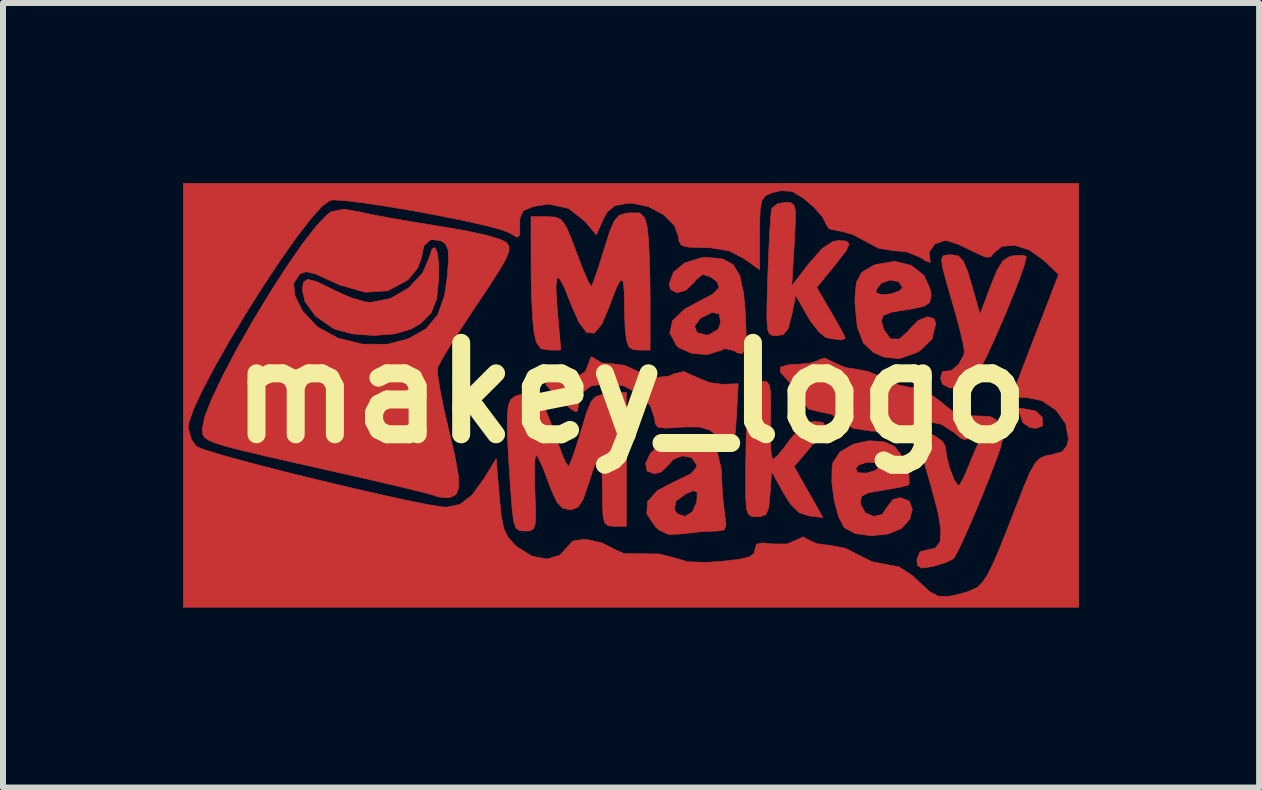
<source format=kicad_pcb>
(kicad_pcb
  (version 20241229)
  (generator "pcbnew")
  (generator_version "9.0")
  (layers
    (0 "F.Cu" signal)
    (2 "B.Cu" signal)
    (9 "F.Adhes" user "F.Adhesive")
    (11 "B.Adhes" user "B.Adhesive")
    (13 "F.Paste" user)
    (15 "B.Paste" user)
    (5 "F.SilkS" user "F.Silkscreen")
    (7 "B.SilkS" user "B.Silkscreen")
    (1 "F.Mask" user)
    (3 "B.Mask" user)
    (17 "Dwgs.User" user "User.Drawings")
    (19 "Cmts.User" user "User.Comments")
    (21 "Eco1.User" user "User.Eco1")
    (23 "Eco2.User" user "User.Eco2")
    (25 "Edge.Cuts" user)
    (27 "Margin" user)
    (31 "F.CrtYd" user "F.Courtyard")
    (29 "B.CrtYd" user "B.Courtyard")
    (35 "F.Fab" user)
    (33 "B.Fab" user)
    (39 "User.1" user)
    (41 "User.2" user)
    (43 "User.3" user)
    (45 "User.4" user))
  (footprint "makey_logo"
    (layer "F.Cu")
    (at 7.466 3.498)
    (property "Reference" "makey_logo" (at 0 0 0) (layer "F.SilkS") (effects (font (size 1.524 1.524) (thickness 0.3))))
    (attr through_hole)
    (fp_poly (pts (xy 6.512 0.257) (xy 6.747 0.303) (xy 6.851 0.406) (xy 6.854 0.417) (xy 6.856 0.555) (xy 6.746 0.591) (xy 6.648 0.576) (xy 6.53 0.495) (xy 6.509 0.431) (xy 6.47 0.328) (xy 6.391 0.342) (xy 6.333 0.456) (xy 6.304 0.533) (xy 6.269 0.465) (xy 6.255 0.415) (xy 6.237 0.3) (xy 6.295 0.254) (xy 6.467 0.254) (xy 6.512 0.257)) (stroke (width 0.01) (type solid)) (fill yes) (layer "F.Cu"))
    (fp_poly (pts (xy -3.224 -2.319) (xy -3.203 -2.105) (xy -3.204 -1.913) (xy -3.24 -1.565) (xy -3.334 -1.328) (xy -3.51 -1.155) (xy -3.661 -1.066) (xy -3.934 -0.985) (xy -4.285 -0.957) (xy -4.642 -0.983) (xy -4.934 -1.062) (xy -4.961 -1.074) (xy -5.256 -1.279) (xy -5.434 -1.524) (xy -5.477 -1.715) (xy -5.459 -1.846) (xy -5.39 -1.893) (xy -5.242 -1.856) (xy -4.99 -1.734) (xy -4.938 -1.707) (xy -4.679 -1.591) (xy -4.437 -1.52) (xy -4.341 -1.508) (xy -4.011 -1.574) (xy -3.706 -1.749) (xy -3.475 -1.997) (xy -3.371 -2.233) (xy -3.316 -2.399) (xy -3.265 -2.422) (xy -3.224 -2.319)) (stroke (width 0.01) (type solid)) (fill yes) (layer "F.Cu"))
    (fp_poly (pts (xy 5.456 -2.282) (xy 5.536 -2.2) (xy 5.611 -2.021) (xy 5.676 -1.806) (xy 5.816 -1.31) (xy 5.994 -1.786) (xy 6.105 -2.055) (xy 6.201 -2.205) (xy 6.31 -2.273) (xy 6.38 -2.287) (xy 6.533 -2.294) (xy 6.588 -2.275) (xy 6.557 -2.139) (xy 6.473 -1.897) (xy 6.352 -1.586) (xy 6.208 -1.241) (xy 6.058 -0.897) (xy 5.916 -0.589) (xy 5.796 -0.354) (xy 5.716 -0.226) (xy 5.708 -0.218) (xy 5.506 -0.104) (xy 5.319 -0.08) (xy 5.191 -0.145) (xy 5.159 -0.243) (xy 5.188 -0.354) (xy 5.232 -0.361) (xy 5.34 -0.373) (xy 5.46 -0.479) (xy 5.543 -0.627) (xy 5.555 -0.7) (xy 5.532 -0.834) (xy 5.474 -1.076) (xy 5.392 -1.381) (xy 5.356 -1.504) (xy 5.253 -1.86) (xy 5.192 -2.09) (xy 5.175 -2.222) (xy 5.201 -2.284) (xy 5.27 -2.301) (xy 5.347 -2.302) (xy 5.456 -2.282)) (stroke (width 0.01) (type solid)) (fill yes) (layer "F.Cu"))
    (fp_poly (pts (xy 5.052 0.708) (xy 5.188 0.805) (xy 5.239 0.891) (xy 5.261 1.068) (xy 5.315 1.267) (xy 5.382 1.44) (xy 5.445 1.537) (xy 5.473 1.537) (xy 5.535 1.427) (xy 5.624 1.224) (xy 5.676 1.091) (xy 5.778 0.858) (xy 5.877 0.744) (xy 6.004 0.714) (xy 6.148 0.738) (xy 6.191 0.781) (xy 6.162 0.898) (xy 6.083 1.123) (xy 5.969 1.419) (xy 5.835 1.753) (xy 5.695 2.087) (xy 5.563 2.389) (xy 5.455 2.621) (xy 5.384 2.75) (xy 5.374 2.763) (xy 5.232 2.832) (xy 5.025 2.893) (xy 5.02 2.894) (xy 4.844 2.919) (xy 4.774 2.876) (xy 4.763 2.784) (xy 4.816 2.647) (xy 4.918 2.619) (xy 5.068 2.588) (xy 5.15 2.482) (xy 5.164 2.285) (xy 5.113 1.977) (xy 4.996 1.544) (xy 4.988 1.517) (xy 4.893 1.18) (xy 4.825 0.903) (xy 4.791 0.717) (xy 4.794 0.657) (xy 4.898 0.647) (xy 5.052 0.708)) (stroke (width 0.01) (type solid)) (fill yes) (layer "F.Cu"))
    (fp_poly (pts (xy 2.261 -0.186) (xy 2.307 -0.129) (xy 2.327 0.006) (xy 2.329 0.249) (xy 2.324 0.456) (xy 2.322 0.756) (xy 2.333 0.982) (xy 2.355 1.1) (xy 2.364 1.108) (xy 2.439 1.047) (xy 2.564 0.894) (xy 2.638 0.791) (xy 2.825 0.571) (xy 3 0.481) (xy 3.055 0.476) (xy 3.196 0.49) (xy 3.238 0.546) (xy 3.178 0.668) (xy 3.012 0.879) (xy 2.985 0.911) (xy 2.718 1.227) (xy 2.958 1.652) (xy 3.197 2.076) (xy 2.969 2.05) (xy 2.8 1.995) (xy 2.654 1.848) (xy 2.541 1.667) (xy 2.342 1.31) (xy 2.317 1.687) (xy 2.294 1.916) (xy 2.248 2.027) (xy 2.154 2.062) (xy 2.099 2.064) (xy 2.012 2.059) (xy 1.956 2.025) (xy 1.925 1.933) (xy 1.911 1.755) (xy 1.909 1.462) (xy 1.91 1.25) (xy 1.92 0.708) (xy 1.946 0.309) (xy 1.99 0.036) (xy 2.056 -0.126) (xy 2.147 -0.194) (xy 2.184 -0.198) (xy 2.261 -0.186)) (stroke (width 0.01) (type solid)) (fill yes) (layer "F.Cu"))
    (fp_poly (pts (xy 2.66 -3.17) (xy 2.714 -3.133) (xy 2.739 -3.035) (xy 2.739 -2.843) (xy 2.722 -2.527) (xy 2.72 -2.48) (xy 2.679 -1.786) (xy 2.97 -2.163) (xy 3.187 -2.408) (xy 3.365 -2.524) (xy 3.456 -2.54) (xy 3.591 -2.53) (xy 3.635 -2.482) (xy 3.586 -2.372) (xy 3.436 -2.176) (xy 3.372 -2.097) (xy 3.094 -1.757) (xy 3.333 -1.351) (xy 3.46 -1.129) (xy 3.547 -0.967) (xy 3.572 -0.909) (xy 3.504 -0.883) (xy 3.326 -0.906) (xy 3.247 -0.925) (xy 3.136 -1.011) (xy 2.997 -1.188) (xy 2.933 -1.293) (xy 2.744 -1.627) (xy 2.677 -1.29) (xy 2.619 -1.073) (xy 2.54 -0.974) (xy 2.428 -0.953) (xy 2.354 -0.957) (xy 2.304 -0.987) (xy 2.275 -1.068) (xy 2.264 -1.227) (xy 2.266 -1.488) (xy 2.277 -1.878) (xy 2.28 -1.965) (xy 2.295 -2.356) (xy 2.312 -2.693) (xy 2.329 -2.943) (xy 2.343 -3.071) (xy 2.345 -3.076) (xy 2.439 -3.152) (xy 2.568 -3.175) (xy 2.66 -3.17)) (stroke (width 0.01) (type solid)) (fill yes) (layer "F.Cu"))
    (fp_poly (pts (xy 1.528 -2.233) (xy 1.701 -2.14) (xy 1.812 -1.955) (xy 1.877 -1.655) (xy 1.905 -1.339) (xy 1.919 -0.973) (xy 1.903 -0.75) (xy 1.852 -0.654) (xy 1.763 -0.671) (xy 1.72 -0.703) (xy 1.569 -0.739) (xy 1.505 -0.711) (xy 1.276 -0.64) (xy 1.012 -0.658) (xy 0.793 -0.756) (xy 0.757 -0.791) (xy 0.646 -0.999) (xy 0.672 -1.114) (xy 1.06 -1.114) (xy 1.099 -1.007) (xy 1.249 -0.964) (xy 1.297 -0.968) (xy 1.452 -1.06) (xy 1.494 -1.171) (xy 1.47 -1.315) (xy 1.353 -1.343) (xy 1.165 -1.25) (xy 1.154 -1.242) (xy 1.06 -1.114) (xy 0.672 -1.114) (xy 0.691 -1.203) (xy 0.889 -1.394) (xy 1.113 -1.516) (xy 1.362 -1.646) (xy 1.466 -1.752) (xy 1.433 -1.853) (xy 1.317 -1.939) (xy 1.193 -1.975) (xy 1.085 -1.888) (xy 1.054 -1.845) (xy 0.913 -1.711) (xy 0.765 -1.669) (xy 0.659 -1.723) (xy 0.635 -1.813) (xy 0.707 -2.013) (xy 0.898 -2.169) (xy 1.167 -2.252) (xy 1.275 -2.259) (xy 1.528 -2.233)) (stroke (width 0.01) (type solid)) (fill yes) (layer "F.Cu"))
    (fp_poly (pts (xy 4.235 0.819) (xy 4.39 0.893) (xy 4.49 1.016) (xy 4.578 1.199) (xy 4.633 1.384) (xy 4.635 1.514) (xy 4.618 1.537) (xy 4.513 1.565) (xy 4.309 1.603) (xy 4.182 1.623) (xy 3.953 1.665) (xy 3.844 1.72) (xy 3.821 1.812) (xy 3.825 1.851) (xy 3.903 1.998) (xy 4.044 2.058) (xy 4.186 2.024) (xy 4.262 1.911) (xy 4.367 1.773) (xy 4.494 1.746) (xy 4.638 1.803) (xy 4.688 1.939) (xy 4.643 2.108) (xy 4.507 2.258) (xy 4.28 2.351) (xy 4.002 2.38) (xy 3.739 2.345) (xy 3.556 2.247) (xy 3.552 2.242) (xy 3.458 2.061) (xy 3.385 1.787) (xy 3.346 1.486) (xy 3.351 1.256) (xy 3.748 1.256) (xy 3.773 1.331) (xy 3.923 1.336) (xy 4.076 1.291) (xy 4.13 1.23) (xy 4.066 1.164) (xy 3.931 1.155) (xy 3.799 1.198) (xy 3.748 1.256) (xy 3.351 1.256) (xy 3.352 1.223) (xy 3.363 1.166) (xy 3.482 0.983) (xy 3.702 0.855) (xy 3.971 0.796) (xy 4.235 0.819)) (stroke (width 0.01) (type solid)) (fill yes) (layer "F.Cu"))
    (fp_poly (pts (xy 4.671 -2.125) (xy 4.883 -1.957) (xy 4.993 -1.71) (xy 5.001 -1.617) (xy 4.978 -1.509) (xy 4.883 -1.444) (xy 4.678 -1.4) (xy 4.604 -1.389) (xy 4.339 -1.345) (xy 4.204 -1.289) (xy 4.172 -1.199) (xy 4.214 -1.052) (xy 4.324 -0.901) (xy 4.47 -0.897) (xy 4.628 -1.038) (xy 4.651 -1.072) (xy 4.785 -1.207) (xy 4.933 -1.267) (xy 5.047 -1.242) (xy 5.08 -1.157) (xy 5.015 -0.896) (xy 4.811 -0.702) (xy 4.757 -0.672) (xy 4.471 -0.57) (xy 4.21 -0.598) (xy 4.039 -0.675) (xy 3.87 -0.834) (xy 3.77 -1.1) (xy 3.732 -1.492) (xy 3.732 -1.578) (xy 3.744 -1.719) (xy 4.086 -1.719) (xy 4.087 -1.669) (xy 4.182 -1.635) (xy 4.338 -1.652) (xy 4.477 -1.702) (xy 4.524 -1.758) (xy 4.461 -1.852) (xy 4.321 -1.881) (xy 4.175 -1.832) (xy 4.167 -1.826) (xy 4.086 -1.719) (xy 3.744 -1.719) (xy 3.756 -1.845) (xy 3.845 -2.01) (xy 4.033 -2.122) (xy 4.083 -2.141) (xy 4.392 -2.193) (xy 4.671 -2.125)) (stroke (width 0.01) (type solid)) (fill yes) (layer "F.Cu"))
    (fp_poly (pts (xy 0.989 0.741) (xy 1.272 0.823) (xy 1.438 0.993) (xy 1.505 1.273) (xy 1.509 1.384) (xy 1.523 1.686) (xy 1.556 1.985) (xy 1.559 2.006) (xy 1.584 2.201) (xy 1.55 2.285) (xy 1.432 2.303) (xy 1.38 2.303) (xy 1.138 2.315) (xy 0.87 2.347) (xy 0.861 2.348) (xy 0.63 2.36) (xy 0.466 2.285) (xy 0.405 2.23) (xy 0.262 2.014) (xy 0.267 1.94) (xy 0.722 1.94) (xy 0.77 2.014) (xy 0.9 2.058) (xy 1.024 1.981) (xy 1.096 1.814) (xy 1.097 1.804) (xy 1.103 1.654) (xy 1.043 1.629) (xy 0.918 1.679) (xy 0.75 1.802) (xy 0.722 1.94) (xy 0.267 1.94) (xy 0.276 1.81) (xy 0.444 1.624) (xy 0.757 1.463) (xy 1 1.346) (xy 1.094 1.234) (xy 1.094 1.198) (xy 1.008 1.078) (xy 0.855 1.048) (xy 0.7 1.11) (xy 0.638 1.186) (xy 0.507 1.315) (xy 0.394 1.349) (xy 0.266 1.299) (xy 0.244 1.172) (xy 0.323 1.007) (xy 0.456 0.871) (xy 0.662 0.753) (xy 0.896 0.731) (xy 0.989 0.741)) (stroke (width 0.01) (type solid)) (fill yes) (layer "F.Cu"))
    (fp_poly (pts (xy 3.357 -0.517) (xy 3.571 -0.423) (xy 3.744 -0.397) (xy 3.954 -0.356) (xy 4.196 -0.256) (xy 4.239 -0.232) (xy 4.463 -0.131) (xy 4.665 -0.088) (xy 4.7 -0.09) (xy 4.902 -0.042) (xy 5.148 0.136) (xy 5.159 0.146) (xy 5.366 0.312) (xy 5.552 0.38) (xy 5.749 0.383) (xy 5.977 0.391) (xy 6.089 0.45) (xy 6.093 0.458) (xy 6.053 0.534) (xy 5.924 0.556) (xy 5.741 0.606) (xy 5.645 0.694) (xy 5.582 0.779) (xy 5.505 0.763) (xy 5.378 0.654) (xy 5.167 0.522) (xy 4.937 0.474) (xy 4.737 0.511) (xy 4.62 0.632) (xy 4.544 0.738) (xy 4.444 0.712) (xy 4.292 0.664) (xy 4.062 0.638) (xy 4.001 0.636) (xy 3.702 0.59) (xy 3.532 0.476) (xy 3.342 0.355) (xy 3.161 0.318) (xy 2.961 0.271) (xy 2.865 0.139) (xy 2.752 -0.052) (xy 2.628 -0.191) (xy 2.49 -0.343) (xy 2.491 -0.432) (xy 2.639 -0.472) (xy 2.773 -0.476) (xy 2.985 -0.495) (xy 3.121 -0.541) (xy 3.136 -0.556) (xy 3.233 -0.581) (xy 3.357 -0.517)) (stroke (width 0.01) (type solid)) (fill yes) (layer "F.Cu"))
    (fp_poly (pts (xy -0.609 -0.577) (xy -0.604 -0.57) (xy -0.485 -0.5) (xy -0.328 -0.488) (xy -0.104 -0.459) (xy 0.079 -0.374) (xy 0.358 -0.25) (xy 0.632 -0.28) (xy 0.719 -0.32) (xy 0.881 -0.355) (xy 1.07 -0.272) (xy 1.076 -0.268) (xy 1.309 -0.172) (xy 1.533 -0.143) (xy 1.786 -0.153) (xy 1.763 0.261) (xy 1.744 0.595) (xy 1.722 0.792) (xy 1.686 0.873) (xy 1.622 0.861) (xy 1.517 0.777) (xy 1.474 0.74) (xy 1.31 0.62) (xy 1.143 0.568) (xy 0.905 0.567) (xy 0.819 0.573) (xy 0.574 0.588) (xy 0.448 0.572) (xy 0.402 0.511) (xy 0.397 0.438) (xy 0.325 0.218) (xy 0.139 0.022) (xy -0.118 -0.115) (xy -0.365 -0.159) (xy -0.665 -0.117) (xy -0.832 0.009) (xy -0.873 0.175) (xy -0.892 0.295) (xy -0.913 0.318) (xy -1.002 0.267) (xy -1.147 0.146) (xy -1.298 0.001) (xy -1.405 -0.122) (xy -1.429 -0.167) (xy -1.358 -0.21) (xy -1.18 -0.245) (xy -1.095 -0.253) (xy -0.874 -0.285) (xy -0.762 -0.355) (xy -0.714 -0.475) (xy -0.666 -0.601) (xy -0.609 -0.577)) (stroke (width 0.01) (type solid)) (fill yes) (layer "F.Cu"))
    (fp_poly (pts (xy 0.146 -2.999) (xy 0.229 -2.916) (xy 0.267 -2.772) (xy 0.288 -2.591) (xy 0.304 -2.295) (xy 0.315 -1.929) (xy 0.318 -1.617) (xy 0.318 -0.714) (xy 0.119 -0.714) (xy 0.027 -0.724) (xy -0.036 -0.769) (xy -0.075 -0.876) (xy -0.098 -1.072) (xy -0.109 -1.381) (xy -0.114 -1.687) (xy -0.129 -1.856) (xy -0.17 -1.884) (xy -0.239 -1.765) (xy -0.342 -1.496) (xy -0.359 -1.449) (xy -0.488 -1.143) (xy -0.613 -0.996) (xy -0.739 -1.007) (xy -0.869 -1.177) (xy -0.986 -1.444) (xy -1.109 -1.753) (xy -1.192 -1.91) (xy -1.238 -1.914) (xy -1.251 -1.763) (xy -1.234 -1.457) (xy -1.227 -1.369) (xy -1.17 -0.714) (xy -1.368 -0.714) (xy -1.505 -0.74) (xy -1.579 -0.845) (xy -1.616 -1.012) (xy -1.637 -1.221) (xy -1.654 -1.536) (xy -1.664 -1.908) (xy -1.666 -2.123) (xy -1.667 -2.937) (xy -1.397 -2.937) (xy -1.261 -2.93) (xy -1.166 -2.889) (xy -1.087 -2.783) (xy -1 -2.582) (xy -0.91 -2.34) (xy -0.805 -2.067) (xy -0.719 -1.868) (xy -0.666 -1.777) (xy -0.659 -1.775) (xy -0.622 -1.861) (xy -0.554 -2.06) (xy -0.467 -2.333) (xy -0.449 -2.392) (xy -0.355 -2.689) (xy -0.28 -2.865) (xy -0.201 -2.956) (xy -0.095 -2.992) (xy -0.028 -3.001) (xy 0.146 -2.999)) (stroke (width 0.01) (type solid)) (fill yes) (layer "F.Cu"))
    (fp_poly (pts (xy -0.079 2.223) (xy -0.278 2.223) (xy -0.378 2.215) (xy -0.437 2.172) (xy -0.466 2.059) (xy -0.475 1.843) (xy -0.476 1.614) (xy -0.483 1.287) (xy -0.507 1.117) (xy -0.551 1.102) (xy -0.62 1.242) (xy -0.715 1.532) (xy -0.8 1.777) (xy -0.882 1.902) (xy -0.989 1.943) (xy -1.026 1.945) (xy -1.141 1.92) (xy -1.233 1.823) (xy -1.327 1.621) (xy -1.376 1.488) (xy -1.468 1.249) (xy -1.544 1.083) (xy -1.583 1.032) (xy -1.601 1.105) (xy -1.608 1.299) (xy -1.605 1.576) (xy -1.601 1.667) (xy -1.59 1.982) (xy -1.595 2.17) (xy -1.624 2.265) (xy -1.686 2.298) (xy -1.768 2.302) (xy -1.857 2.295) (xy -1.915 2.253) (xy -1.954 2.149) (xy -1.98 1.952) (xy -2.005 1.634) (xy -2.012 1.528) (xy -2.044 1.018) (xy -2.062 0.643) (xy -2.063 0.383) (xy -2.045 0.214) (xy -2.006 0.113) (xy -1.943 0.06) (xy -1.864 0.032) (xy -1.689 0.02) (xy -1.548 0.096) (xy -1.424 0.282) (xy -1.298 0.598) (xy -1.257 0.721) (xy -1.166 0.979) (xy -1.09 1.158) (xy -1.041 1.225) (xy -1.038 1.223) (xy -0.996 1.13) (xy -0.925 0.927) (xy -0.839 0.653) (xy -0.826 0.609) (xy -0.738 0.319) (xy -0.667 0.147) (xy -0.589 0.061) (xy -0.477 0.026) (xy -0.369 0.015) (xy -0.079 -0.01) (xy -0.079 2.223)) (stroke (width 0.01) (type solid)) (fill yes) (layer "F.Cu"))
    (fp_poly (pts (xy -4.536 -3.019) (xy -4.34 -2.976) (xy -4.028 -2.917) (xy -3.644 -2.85) (xy -3.229 -2.783) (xy -3.212 -2.781) (xy -2.757 -2.703) (xy -2.399 -2.625) (xy -2.161 -2.552) (xy -2.073 -2.504) (xy -2.034 -2.444) (xy -2.034 -2.36) (xy -2.086 -2.231) (xy -2.2 -2.033) (xy -2.387 -1.744) (xy -2.573 -1.466) (xy -2.801 -1.122) (xy -2.996 -0.817) (xy -3.141 -0.577) (xy -3.218 -0.433) (xy -3.225 -0.413) (xy -3.22 -0.286) (xy -3.181 -0.041) (xy -3.115 0.286) (xy -3.03 0.651) (xy -2.929 1.084) (xy -2.876 1.388) (xy -2.871 1.584) (xy -2.916 1.694) (xy -3.012 1.74) (xy -3.098 1.746) (xy -3.23 1.729) (xy -3.261 1.714) (xy -3.345 1.688) (xy -3.561 1.633) (xy -3.885 1.555) (xy -4.294 1.459) (xy -4.765 1.352) (xy -4.921 1.317) (xy -5.565 1.172) (xy -6.071 1.057) (xy -6.455 0.966) (xy -6.735 0.895) (xy -6.926 0.836) (xy -7.046 0.785) (xy -7.111 0.737) (xy -7.138 0.686) (xy -7.144 0.626) (xy -7.144 0.59) (xy -7.1 0.387) (xy -6.979 0.082) (xy -6.796 -0.301) (xy -6.567 -0.735) (xy -6.306 -1.194) (xy -6.029 -1.652) (xy -5.919 -1.825) (xy -5.623 -1.825) (xy -5.6 -1.615) (xy -5.475 -1.365) (xy -5.228 -1.101) (xy -4.881 -0.913) (xy -4.476 -0.813) (xy -4.058 -0.811) (xy -3.708 -0.903) (xy -3.414 -1.071) (xy -3.222 -1.3) (xy -3.108 -1.623) (xy -3.064 -1.921) (xy -3.041 -2.211) (xy -3.048 -2.383) (xy -3.089 -2.479) (xy -3.161 -2.533) (xy -3.332 -2.559) (xy -3.452 -2.451) (xy -3.493 -2.253) (xy -3.552 -2.087) (xy -3.701 -1.904) (xy -3.737 -1.872) (xy -4.056 -1.701) (xy -4.431 -1.678) (xy -4.864 -1.802) (xy -5.01 -1.87) (xy -5.259 -1.984) (xy -5.416 -2.019) (xy -5.518 -1.983) (xy -5.523 -1.979) (xy -5.623 -1.825) (xy -5.919 -1.825) (xy -5.752 -2.084) (xy -5.49 -2.464) (xy -5.258 -2.766) (xy -5.072 -2.964) (xy -4.998 -3.018) (xy -4.789 -3.062) (xy -4.536 -3.019)) (stroke (width 0.01) (type solid)) (fill yes) (layer "F.Cu"))
    (fp_poly (pts (xy 7.461 3.572) (xy -7.461 3.572) (xy -7.461 0.577) (xy -7.382 0.577) (xy -7.326 0.779) (xy -7.243 0.891) (xy -7.134 0.939) (xy -6.896 1.013) (xy -6.554 1.109) (xy -6.134 1.221) (xy -5.662 1.341) (xy -5.164 1.463) (xy -4.665 1.582) (xy -4.19 1.691) (xy -3.766 1.784) (xy -3.419 1.855) (xy -3.173 1.896) (xy -3.078 1.905) (xy -2.852 1.858) (xy -2.649 1.702) (xy -2.441 1.415) (xy -2.432 1.4) (xy -2.247 1.093) (xy -2.196 1.717) (xy -2.164 2.041) (xy -2.122 2.253) (xy -2.054 2.399) (xy -1.943 2.525) (xy -1.9 2.564) (xy -1.652 2.72) (xy -1.4 2.768) (xy -1.187 2.706) (xy -1.073 2.58) (xy -0.972 2.469) (xy -0.793 2.442) (xy -0.714 2.447) (xy -0.484 2.499) (xy -0.308 2.589) (xy -0.302 2.595) (xy -0.114 2.679) (xy 0.175 2.68) (xy 0.474 2.684) (xy 0.723 2.748) (xy 0.732 2.752) (xy 0.94 2.813) (xy 1.239 2.825) (xy 1.506 2.807) (xy 1.804 2.773) (xy 1.975 2.732) (xy 2.05 2.674) (xy 2.064 2.613) (xy 2.09 2.521) (xy 2.198 2.498) (xy 2.341 2.516) (xy 2.598 2.518) (xy 2.741 2.458) (xy 2.869 2.398) (xy 2.956 2.448) (xy 3.094 2.512) (xy 3.304 2.54) (xy 3.317 2.54) (xy 3.574 2.589) (xy 3.788 2.699) (xy 4.017 2.814) (xy 4.249 2.857) (xy 4.47 2.9) (xy 4.691 3.046) (xy 4.795 3.144) (xy 4.98 3.314) (xy 5.122 3.388) (xy 5.284 3.391) (xy 5.378 3.375) (xy 5.601 3.317) (xy 5.763 3.245) (xy 5.779 3.234) (xy 5.857 3.155) (xy 5.936 3.039) (xy 6.026 2.86) (xy 6.141 2.595) (xy 6.291 2.218) (xy 6.397 1.945) (xy 6.542 1.573) (xy 6.648 1.323) (xy 6.734 1.17) (xy 6.815 1.087) (xy 6.91 1.048) (xy 6.998 1.032) (xy 7.186 0.98) (xy 7.269 0.87) (xy 7.289 0.765) (xy 7.245 0.514) (xy 7.085 0.288) (xy 6.849 0.13) (xy 6.613 0.079) (xy 6.435 0.073) (xy 6.351 0.059) (xy 6.35 0.057) (xy 6.377 -0.021) (xy 6.451 -0.219) (xy 6.561 -0.51) (xy 6.698 -0.866) (xy 6.738 -0.968) (xy 7.125 -1.971) (xy 6.873 -2.216) (xy 6.637 -2.383) (xy 6.391 -2.461) (xy 6.178 -2.442) (xy 6.049 -2.335) (xy 5.99 -2.264) (xy 5.898 -2.266) (xy 5.727 -2.344) (xy 5.669 -2.374) (xy 5.451 -2.477) (xy 5.275 -2.535) (xy 5.236 -2.54) (xy 5.064 -2.483) (xy 4.972 -2.35) (xy 4.979 -2.243) (xy 4.99 -2.174) (xy 4.915 -2.198) (xy 4.819 -2.259) (xy 4.593 -2.351) (xy 4.386 -2.37) (xy 4.132 -2.409) (xy 3.914 -2.523) (xy 3.694 -2.641) (xy 3.483 -2.698) (xy 3.46 -2.699) (xy 3.304 -2.734) (xy 3.254 -2.803) (xy 3.195 -2.928) (xy 3.051 -3.092) (xy 2.868 -3.249) (xy 2.694 -3.353) (xy 2.678 -3.36) (xy 2.499 -3.37) (xy 2.341 -3.333) (xy 2.24 -3.285) (xy 2.181 -3.208) (xy 2.153 -3.067) (xy 2.144 -2.822) (xy 2.143 -2.656) (xy 2.143 -2.053) (xy 1.885 -2.237) (xy 1.635 -2.367) (xy 1.33 -2.418) (xy 1.21 -2.421) (xy 0.967 -2.428) (xy 0.842 -2.459) (xy 0.798 -2.531) (xy 0.794 -2.595) (xy 0.722 -2.792) (xy 0.538 -2.973) (xy 0.287 -3.106) (xy 0.014 -3.162) (xy -0.054 -3.16) (xy -0.272 -3.119) (xy -0.4 -3.012) (xy -0.468 -2.885) (xy -0.578 -2.634) (xy -0.767 -2.859) (xy -1.043 -3.076) (xy -1.375 -3.146) (xy -1.627 -3.108) (xy -1.796 -3.035) (xy -1.853 -2.907) (xy -1.854 -2.794) (xy -1.854 -2.629) (xy -1.9 -2.595) (xy -2.025 -2.667) (xy -2.164 -2.721) (xy -2.424 -2.79) (xy -2.775 -2.869) (xy -3.182 -2.951) (xy -3.615 -3.032) (xy -4.041 -3.104) (xy -4.428 -3.163) (xy -4.742 -3.202) (xy -4.953 -3.216) (xy -5.015 -3.21) (xy -5.148 -3.113) (xy -5.34 -2.898) (xy -5.578 -2.589) (xy -5.846 -2.208) (xy -6.131 -1.78) (xy -6.417 -1.326) (xy -6.691 -0.871) (xy -6.938 -0.437) (xy -7.143 -0.047) (xy -7.293 0.276) (xy -7.373 0.508) (xy -7.382 0.577) (xy -7.461 0.577) (xy -7.461 -3.493) (xy 7.461 -3.493) (xy 7.461 3.572)) (stroke (width 0.01) (type solid)) (fill yes) (layer "F.Cu")))
  (gr_rect
    (start -3 -3)
    (end 17.933 10.074)
    (stroke (width 0.1) (type default))
    (fill no)
    (layer "Edge.Cuts")))
</source>
